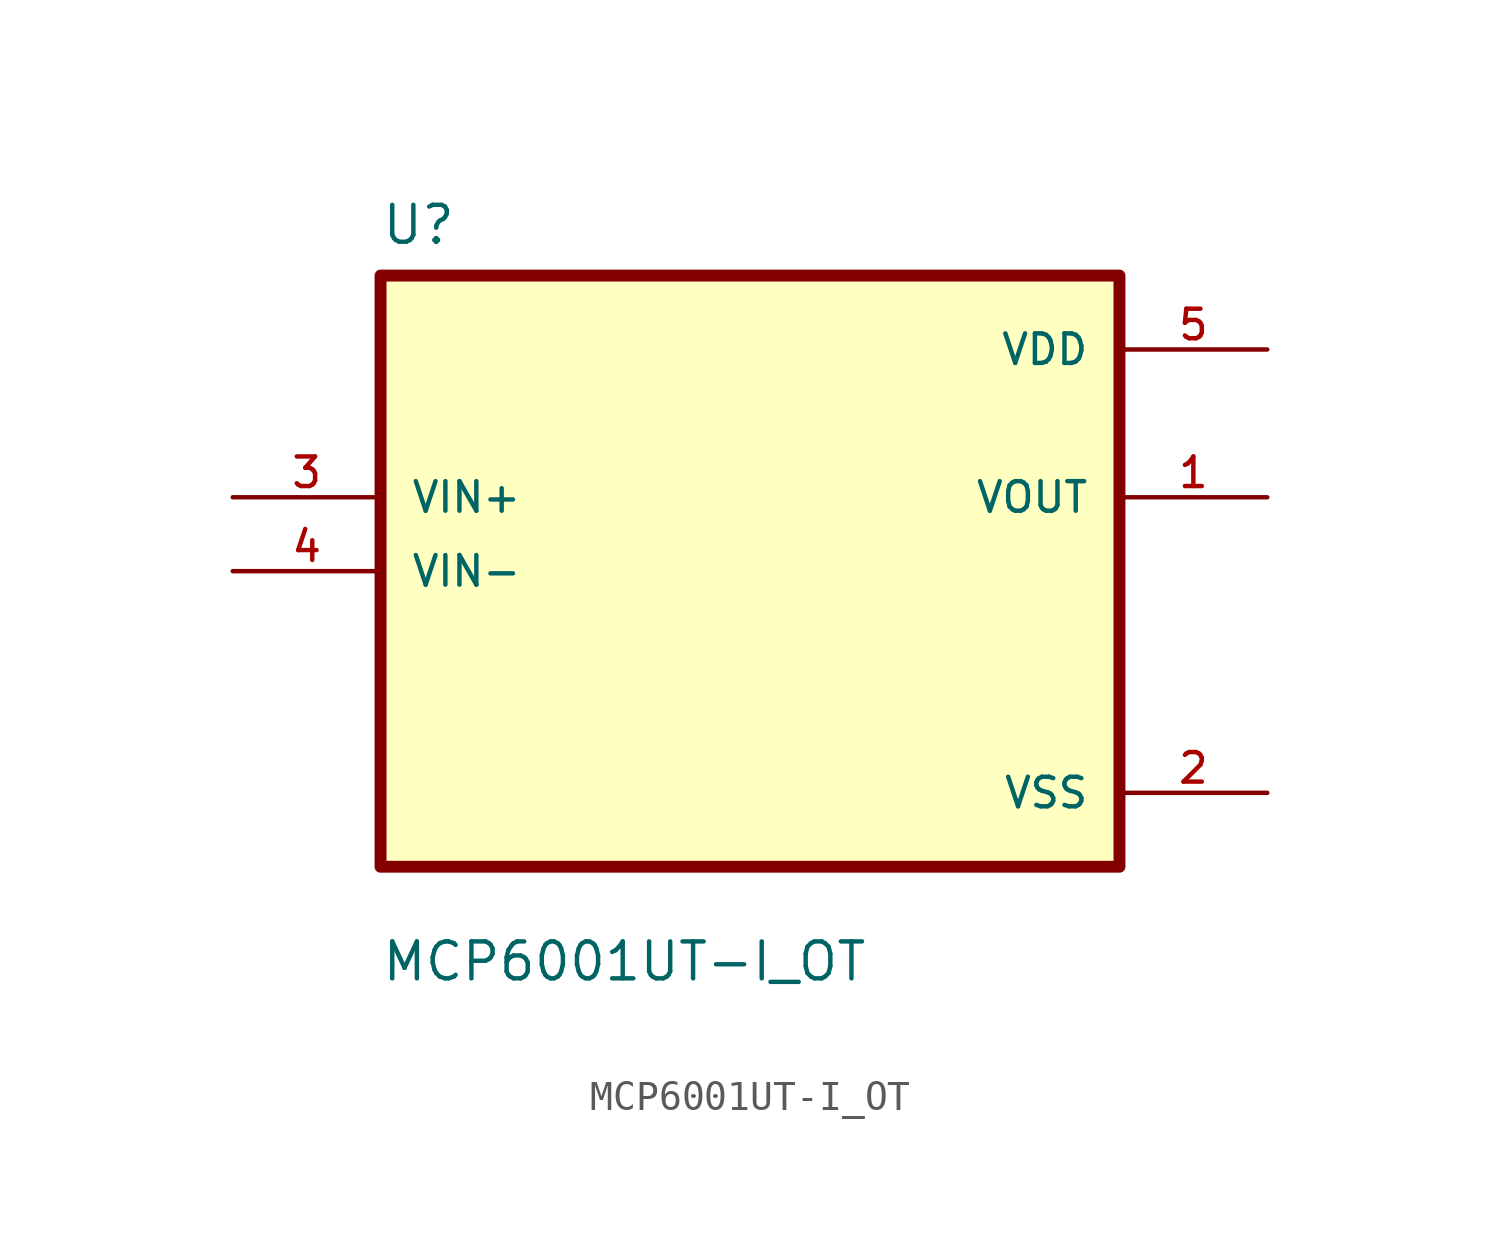
<source format=kicad_sym>
(kicad_symbol_lib
  (version 20211014)
  (generator kicad_symbol_editor)
  (symbol "MCP6001UT-I_OT"
    (pin_names
      (offset 1.016))
    (property "Reference" "U"
      (at -12.7 11.16 0.0)
      (effects (font (size 1.27 1.27)) (justify bottom left)))
    (property "Value" "MCP6001UT-I_OT"
      (at -12.7 -14.16 0.0)
      (effects (font (size 1.27 1.27)) (justify bottom left)))
    (symbol "MCP6001UT-I_OT_0_0"
      (rectangle (start -12.7 -10.16) (end 12.7 10.16) (stroke (width 0.41)) (fill (type background)))
      (pin input line (at -17.78 2.54 0) (length 5.08) (name "VIN+" (effects (font (size 1.016 1.016)))) (number "3" (effects (font (size 1.016 1.016)))))
      (pin input line (at -17.78 0.0 0) (length 5.08) (name "VIN-" (effects (font (size 1.016 1.016)))) (number "4" (effects (font (size 1.016 1.016)))))
      (pin power_in line (at 17.78 7.62 180.0) (length 5.08) (name "VDD" (effects (font (size 1.016 1.016)))) (number "5" (effects (font (size 1.016 1.016)))))
      (pin output line (at 17.78 2.54 180.0) (length 5.08) (name "VOUT" (effects (font (size 1.016 1.016)))) (number "1" (effects (font (size 1.016 1.016)))))
      (pin power_in line (at 17.78 -7.62 180.0) (length 5.08) (name "VSS" (effects (font (size 1.016 1.016)))) (number "2" (effects (font (size 1.016 1.016))))))))
</source>
